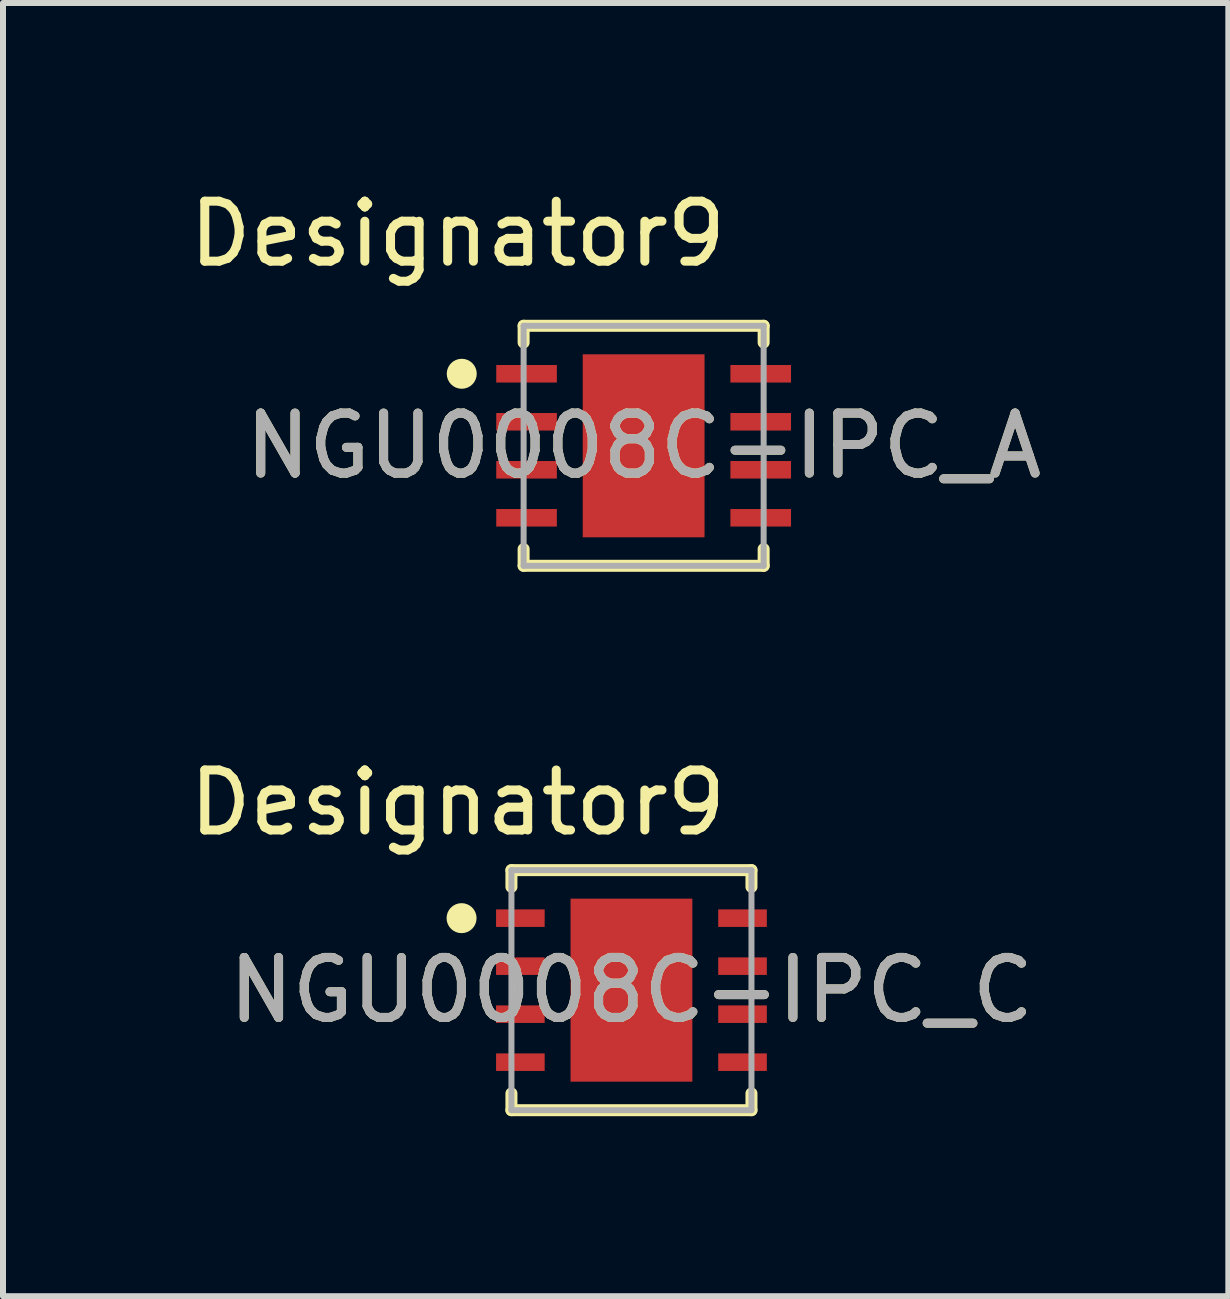
<source format=kicad_pcb>
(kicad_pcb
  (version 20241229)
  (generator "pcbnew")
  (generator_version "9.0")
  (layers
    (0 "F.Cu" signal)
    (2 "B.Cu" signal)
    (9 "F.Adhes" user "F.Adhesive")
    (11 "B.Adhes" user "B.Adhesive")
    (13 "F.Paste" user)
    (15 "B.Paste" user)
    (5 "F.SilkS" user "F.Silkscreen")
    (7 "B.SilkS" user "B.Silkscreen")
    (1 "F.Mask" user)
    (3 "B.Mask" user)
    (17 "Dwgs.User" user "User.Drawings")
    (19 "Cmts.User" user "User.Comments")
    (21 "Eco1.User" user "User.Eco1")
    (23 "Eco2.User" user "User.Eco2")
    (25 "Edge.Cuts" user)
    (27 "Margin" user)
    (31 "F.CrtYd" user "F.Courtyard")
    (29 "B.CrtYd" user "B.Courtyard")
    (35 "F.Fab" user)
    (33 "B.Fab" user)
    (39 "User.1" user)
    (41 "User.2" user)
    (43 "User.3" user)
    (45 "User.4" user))
  (footprint "NGU0008C-IPC_A"
    (layer "F.Cu")
    (at 7.676 4.379)
    (property "Reference" "NGU0008C-IPC_A" (at 0 0 0) (unlocked yes) (layer "F.SilkS") (effects (font (size 1 1) (thickness 0.15))))
    (attr smd)
    (fp_line (start -2 -2) (end 2 -2) (stroke (width 0.2) (type solid)) (layer "F.SilkS"))
    (fp_line (start -2 -1.721) (end -2 -2) (stroke (width 0.2) (type solid)) (layer "F.SilkS"))
    (fp_line (start -2 2) (end -2 1.721) (stroke (width 0.2) (type solid)) (layer "F.SilkS"))
    (fp_line (start -2 2) (end 2 2) (stroke (width 0.2) (type solid)) (layer "F.SilkS"))
    (fp_line (start 2 -1.721) (end 2 -2) (stroke (width 0.2) (type solid)) (layer "F.SilkS"))
    (fp_line (start 2 2) (end 2 1.721) (stroke (width 0.2) (type solid)) (layer "F.SilkS"))
    (fp_circle (center -3.031 -1.2) (end -2.906 -1.2) (stroke (width 0.25) (type solid)) (fill no) (layer "F.SilkS"))
    (fp_poly (pts (xy -0.572 1.082) (xy 0.572 1.082) (xy 0.572 -1.082) (xy -0.572 -1.082)) (stroke (width 0) (type solid)) (fill yes) (layer "F.Paste"))
    (fp_line (start -2 -2) (end 2 -2) (stroke (width 0.1) (type solid)) (layer "F.Fab"))
    (fp_line (start -2 2) (end -2 -2) (stroke (width 0.1) (type solid)) (layer "F.Fab"))
    (fp_line (start -2 2) (end 2 2) (stroke (width 0.1) (type solid)) (layer "F.Fab"))
    (fp_line (start 2 2) (end 2 -2) (stroke (width 0.1) (type solid)) (layer "F.Fab"))
    (fp_text user "Designator9" (at -3.099 -3.531 0) (unlocked yes) (layer "F.SilkS") (effects (font (size 1 1) (thickness 0.15))))
    (fp_text user "${REFERENCE}" (at 0 0 0) (unlocked yes) (layer "F.Fab") (effects (font (size 1 1) (thickness 0.15))))
    (pad "1" smd rect (at -1.951 -1.2) (size 1.01 0.292) (layers "F.Cu" "F.Mask" "F.Paste"))
    (pad "2" smd rect (at -1.951 -0.4) (size 1.01 0.292) (layers "F.Cu" "F.Mask" "F.Paste"))
    (pad "3" smd rect (at -1.951 0.4) (size 1.01 0.292) (layers "F.Cu" "F.Mask" "F.Paste"))
    (pad "4" smd rect (at -1.951 1.2) (size 1.01 0.292) (layers "F.Cu" "F.Mask" "F.Paste"))
    (pad "5" smd rect (at 1.951 1.2) (size 1.01 0.292) (layers "F.Cu" "F.Mask" "F.Paste"))
    (pad "6" smd rect (at 1.951 0.4) (size 1.01 0.292) (layers "F.Cu" "F.Mask" "F.Paste"))
    (pad "7" smd rect (at 1.951 -0.4) (size 1.01 0.292) (layers "F.Cu" "F.Mask" "F.Paste"))
    (pad "8" smd rect (at 1.951 -1.2) (size 1.01 0.292) (layers "F.Cu" "F.Mask" "F.Paste"))
    (pad "9" smd rect (at 0 0) (size 2.03 3.05) (layers "F.Cu" "F.Mask")))
  (footprint "NGU0008C-IPC_C"
    (layer "F.Cu")
    (at 7.473 13.451)
    (property "Reference" "NGU0008C-IPC_C" (at 0 0 0) (unlocked yes) (layer "F.SilkS") (effects (font (size 1 1) (thickness 0.15))))
    (attr smd)
    (fp_line (start -2 -2) (end 2 -2) (stroke (width 0.2) (type solid)) (layer "F.SilkS"))
    (fp_line (start -2 -1.721) (end -2 -2) (stroke (width 0.2) (type solid)) (layer "F.SilkS"))
    (fp_line (start -2 2) (end -2 1.721) (stroke (width 0.2) (type solid)) (layer "F.SilkS"))
    (fp_line (start -2 2) (end 2 2) (stroke (width 0.2) (type solid)) (layer "F.SilkS"))
    (fp_line (start 2 -1.721) (end 2 -2) (stroke (width 0.2) (type solid)) (layer "F.SilkS"))
    (fp_line (start 2 2) (end 2 1.721) (stroke (width 0.2) (type solid)) (layer "F.SilkS"))
    (fp_circle (center -2.831 -1.2) (end -2.706 -1.2) (stroke (width 0.25) (type solid)) (fill no) (layer "F.SilkS"))
    (fp_poly (pts (xy -0.572 1.082) (xy 0.572 1.082) (xy 0.572 -1.082) (xy -0.572 -1.082)) (stroke (width 0) (type solid)) (fill yes) (layer "F.Paste"))
    (fp_line (start -2 -2) (end 2 -2) (stroke (width 0.1) (type solid)) (layer "F.Fab"))
    (fp_line (start -2 2) (end -2 -2) (stroke (width 0.1) (type solid)) (layer "F.Fab"))
    (fp_line (start -2 2) (end 2 2) (stroke (width 0.1) (type solid)) (layer "F.Fab"))
    (fp_line (start 2 2) (end 2 -2) (stroke (width 0.1) (type solid)) (layer "F.Fab"))
    (fp_text user "Designator9" (at -2.896 -3.124 0) (unlocked yes) (layer "F.SilkS") (effects (font (size 1 1) (thickness 0.15))))
    (fp_text user "${REFERENCE}" (at 0 0 0) (unlocked yes) (layer "F.Fab") (effects (font (size 1 1) (thickness 0.15))))
    (pad "1" smd rect (at -1.851 -1.2) (size 0.81 0.292) (layers "F.Cu" "F.Mask" "F.Paste"))
    (pad "2" smd rect (at -1.851 -0.4) (size 0.81 0.292) (layers "F.Cu" "F.Mask" "F.Paste"))
    (pad "3" smd rect (at -1.851 0.4) (size 0.81 0.292) (layers "F.Cu" "F.Mask" "F.Paste"))
    (pad "4" smd rect (at -1.851 1.2) (size 0.81 0.292) (layers "F.Cu" "F.Mask" "F.Paste"))
    (pad "5" smd rect (at 1.851 1.2) (size 0.81 0.292) (layers "F.Cu" "F.Mask" "F.Paste"))
    (pad "6" smd rect (at 1.851 0.4) (size 0.81 0.292) (layers "F.Cu" "F.Mask" "F.Paste"))
    (pad "7" smd rect (at 1.851 -0.4) (size 0.81 0.292) (layers "F.Cu" "F.Mask" "F.Paste"))
    (pad "8" smd rect (at 1.851 -1.2) (size 0.81 0.292) (layers "F.Cu" "F.Mask" "F.Paste"))
    (pad "9" smd rect (at 0 0) (size 2.03 3.05) (layers "F.Cu" "F.Mask")))
  (gr_rect
    (start -3 -3)
    (end 17.42 18.551)
    (stroke (width 0.1) (type default))
    (fill no)
    (layer "Edge.Cuts")))
</source>
